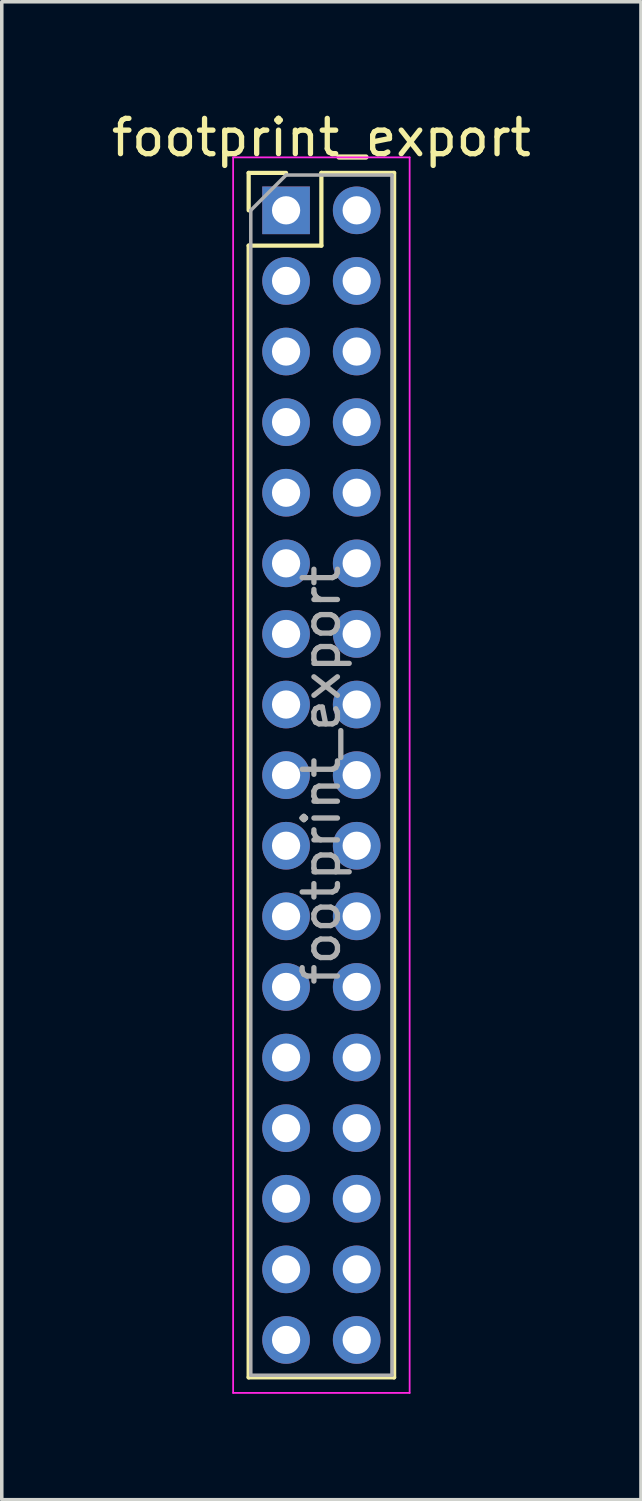
<source format=kicad_pcb>
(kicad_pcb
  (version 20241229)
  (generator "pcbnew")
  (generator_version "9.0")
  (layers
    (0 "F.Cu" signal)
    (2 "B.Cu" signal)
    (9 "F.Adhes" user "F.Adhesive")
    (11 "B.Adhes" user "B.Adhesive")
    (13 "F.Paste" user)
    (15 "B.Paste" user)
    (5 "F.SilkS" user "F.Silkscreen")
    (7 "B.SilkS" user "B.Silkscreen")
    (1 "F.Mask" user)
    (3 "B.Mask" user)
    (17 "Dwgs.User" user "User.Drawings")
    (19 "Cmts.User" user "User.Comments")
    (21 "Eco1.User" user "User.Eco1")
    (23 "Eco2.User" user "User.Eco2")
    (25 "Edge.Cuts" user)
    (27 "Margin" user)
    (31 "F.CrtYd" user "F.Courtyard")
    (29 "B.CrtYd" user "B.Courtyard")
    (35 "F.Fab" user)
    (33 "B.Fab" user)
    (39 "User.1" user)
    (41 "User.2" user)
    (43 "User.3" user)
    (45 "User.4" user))
  (footprint "footprint_export"
    (layer "F.Cu")
    (at 5.054 2.908)
    (property "Reference" "footprint_export" (at 1 -2.06 0) (layer "F.SilkS") (effects (font (size 1 1) (thickness 0.15))))
    (attr through_hole)
    (fp_line (start -1.06 -1.06) (end 0 -1.06) (stroke (width 0.12) (type solid)) (layer "F.SilkS"))
    (fp_line (start -1.06 0) (end -1.06 -1.06) (stroke (width 0.12) (type solid)) (layer "F.SilkS"))
    (fp_line (start -1.06 1) (end -1.06 33.06) (stroke (width 0.12) (type solid)) (layer "F.SilkS"))
    (fp_line (start -1.06 1) (end 1 1) (stroke (width 0.12) (type solid)) (layer "F.SilkS"))
    (fp_line (start -1.06 33.06) (end 3.06 33.06) (stroke (width 0.12) (type solid)) (layer "F.SilkS"))
    (fp_line (start 1 -1.06) (end 3.06 -1.06) (stroke (width 0.12) (type solid)) (layer "F.SilkS"))
    (fp_line (start 1 1) (end 1 -1.06) (stroke (width 0.12) (type solid)) (layer "F.SilkS"))
    (fp_line (start 3.06 -1.06) (end 3.06 33.06) (stroke (width 0.12) (type solid)) (layer "F.SilkS"))
    (fp_line (start -1.5 -1.5) (end -1.5 33.5) (stroke (width 0.05) (type solid)) (layer "F.CrtYd"))
    (fp_line (start -1.5 33.5) (end 3.5 33.5) (stroke (width 0.05) (type solid)) (layer "F.CrtYd"))
    (fp_line (start 3.5 -1.5) (end -1.5 -1.5) (stroke (width 0.05) (type solid)) (layer "F.CrtYd"))
    (fp_line (start 3.5 33.5) (end 3.5 -1.5) (stroke (width 0.05) (type solid)) (layer "F.CrtYd"))
    (fp_line (start -1 0) (end 0 -1) (stroke (width 0.1) (type solid)) (layer "F.Fab"))
    (fp_line (start -1 33) (end -1 0) (stroke (width 0.1) (type solid)) (layer "F.Fab"))
    (fp_line (start 0 -1) (end 3 -1) (stroke (width 0.1) (type solid)) (layer "F.Fab"))
    (fp_line (start 3 -1) (end 3 33) (stroke (width 0.1) (type solid)) (layer "F.Fab"))
    (fp_line (start 3 33) (end -1 33) (stroke (width 0.1) (type solid)) (layer "F.Fab"))
    (fp_text user "${REFERENCE}" (at 1 16 90) (layer "F.Fab") (effects (font (size 1 1) (thickness 0.15))))
    (pad "1" thru_hole rect (at 0 0) (size 1.35 1.35) (drill 0.8) (layers "*.Cu" "*.Mask"))
    (pad "2" thru_hole oval (at 2 0) (size 1.35 1.35) (drill 0.8) (layers "*.Cu" "*.Mask"))
    (pad "3" thru_hole oval (at 0 2) (size 1.35 1.35) (drill 0.8) (layers "*.Cu" "*.Mask"))
    (pad "4" thru_hole oval (at 2 2) (size 1.35 1.35) (drill 0.8) (layers "*.Cu" "*.Mask"))
    (pad "5" thru_hole oval (at 0 4) (size 1.35 1.35) (drill 0.8) (layers "*.Cu" "*.Mask"))
    (pad "6" thru_hole oval (at 2 4) (size 1.35 1.35) (drill 0.8) (layers "*.Cu" "*.Mask"))
    (pad "7" thru_hole oval (at 0 6) (size 1.35 1.35) (drill 0.8) (layers "*.Cu" "*.Mask"))
    (pad "8" thru_hole oval (at 2 6) (size 1.35 1.35) (drill 0.8) (layers "*.Cu" "*.Mask"))
    (pad "9" thru_hole oval (at 0 8) (size 1.35 1.35) (drill 0.8) (layers "*.Cu" "*.Mask"))
    (pad "10" thru_hole oval (at 2 8) (size 1.35 1.35) (drill 0.8) (layers "*.Cu" "*.Mask"))
    (pad "11" thru_hole oval (at 0 10) (size 1.35 1.35) (drill 0.8) (layers "*.Cu" "*.Mask"))
    (pad "12" thru_hole oval (at 2 10) (size 1.35 1.35) (drill 0.8) (layers "*.Cu" "*.Mask"))
    (pad "13" thru_hole oval (at 0 12) (size 1.35 1.35) (drill 0.8) (layers "*.Cu" "*.Mask"))
    (pad "14" thru_hole oval (at 2 12) (size 1.35 1.35) (drill 0.8) (layers "*.Cu" "*.Mask"))
    (pad "15" thru_hole oval (at 0 14) (size 1.35 1.35) (drill 0.8) (layers "*.Cu" "*.Mask"))
    (pad "16" thru_hole oval (at 2 14) (size 1.35 1.35) (drill 0.8) (layers "*.Cu" "*.Mask"))
    (pad "17" thru_hole oval (at 0 16) (size 1.35 1.35) (drill 0.8) (layers "*.Cu" "*.Mask"))
    (pad "18" thru_hole oval (at 2 16) (size 1.35 1.35) (drill 0.8) (layers "*.Cu" "*.Mask"))
    (pad "19" thru_hole oval (at 0 18) (size 1.35 1.35) (drill 0.8) (layers "*.Cu" "*.Mask"))
    (pad "20" thru_hole oval (at 2 18) (size 1.35 1.35) (drill 0.8) (layers "*.Cu" "*.Mask"))
    (pad "21" thru_hole oval (at 0 20) (size 1.35 1.35) (drill 0.8) (layers "*.Cu" "*.Mask"))
    (pad "22" thru_hole oval (at 2 20) (size 1.35 1.35) (drill 0.8) (layers "*.Cu" "*.Mask"))
    (pad "23" thru_hole oval (at 0 22) (size 1.35 1.35) (drill 0.8) (layers "*.Cu" "*.Mask"))
    (pad "24" thru_hole oval (at 2 22) (size 1.35 1.35) (drill 0.8) (layers "*.Cu" "*.Mask"))
    (pad "25" thru_hole oval (at 0 24) (size 1.35 1.35) (drill 0.8) (layers "*.Cu" "*.Mask"))
    (pad "26" thru_hole oval (at 2 24) (size 1.35 1.35) (drill 0.8) (layers "*.Cu" "*.Mask"))
    (pad "27" thru_hole oval (at 0 26) (size 1.35 1.35) (drill 0.8) (layers "*.Cu" "*.Mask"))
    (pad "28" thru_hole oval (at 2 26) (size 1.35 1.35) (drill 0.8) (layers "*.Cu" "*.Mask"))
    (pad "29" thru_hole oval (at 0 28) (size 1.35 1.35) (drill 0.8) (layers "*.Cu" "*.Mask"))
    (pad "30" thru_hole oval (at 2 28) (size 1.35 1.35) (drill 0.8) (layers "*.Cu" "*.Mask"))
    (pad "31" thru_hole oval (at 0 30) (size 1.35 1.35) (drill 0.8) (layers "*.Cu" "*.Mask"))
    (pad "32" thru_hole oval (at 2 30) (size 1.35 1.35) (drill 0.8) (layers "*.Cu" "*.Mask"))
    (pad "33" thru_hole oval (at 0 32) (size 1.35 1.35) (drill 0.8) (layers "*.Cu" "*.Mask"))
    (pad "34" thru_hole oval (at 2 32) (size 1.35 1.35) (drill 0.8) (layers "*.Cu" "*.Mask")))
  (gr_rect
    (start -3 -3)
    (end 15.107 39.433)
    (stroke (width 0.1) (type default))
    (fill no)
    (layer "Edge.Cuts")))
</source>
